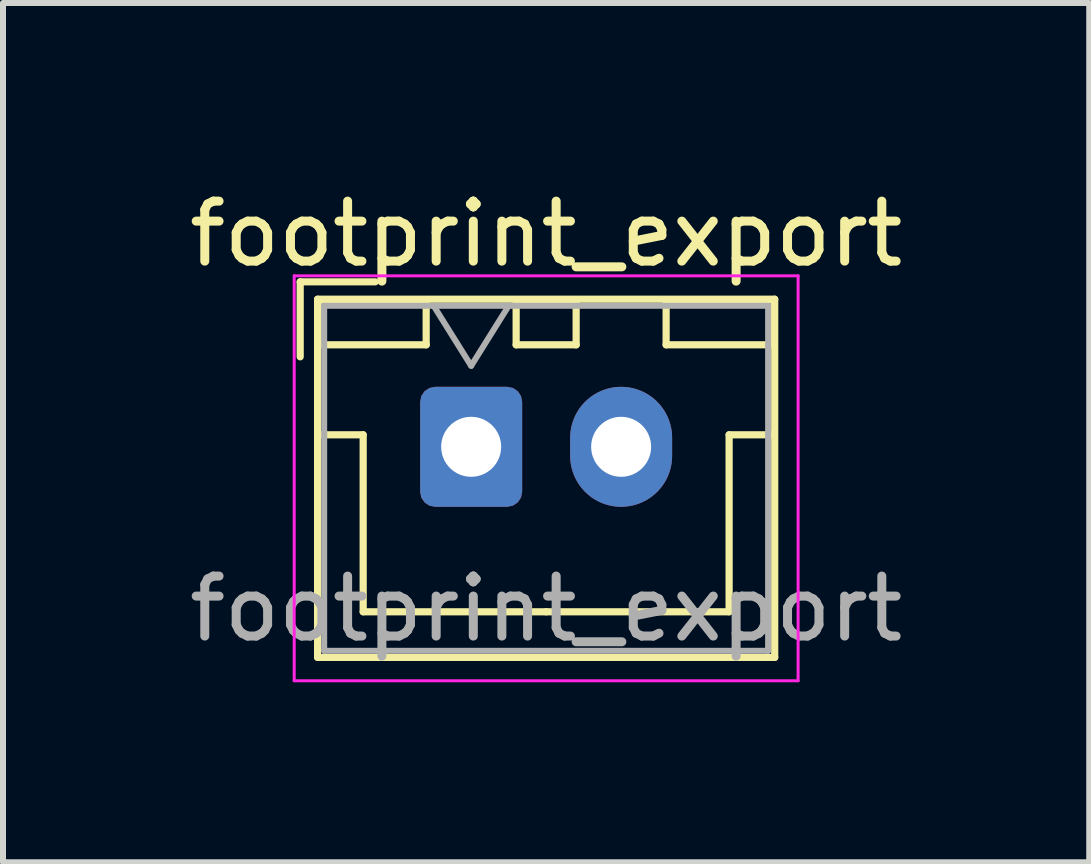
<source format=kicad_pcb>
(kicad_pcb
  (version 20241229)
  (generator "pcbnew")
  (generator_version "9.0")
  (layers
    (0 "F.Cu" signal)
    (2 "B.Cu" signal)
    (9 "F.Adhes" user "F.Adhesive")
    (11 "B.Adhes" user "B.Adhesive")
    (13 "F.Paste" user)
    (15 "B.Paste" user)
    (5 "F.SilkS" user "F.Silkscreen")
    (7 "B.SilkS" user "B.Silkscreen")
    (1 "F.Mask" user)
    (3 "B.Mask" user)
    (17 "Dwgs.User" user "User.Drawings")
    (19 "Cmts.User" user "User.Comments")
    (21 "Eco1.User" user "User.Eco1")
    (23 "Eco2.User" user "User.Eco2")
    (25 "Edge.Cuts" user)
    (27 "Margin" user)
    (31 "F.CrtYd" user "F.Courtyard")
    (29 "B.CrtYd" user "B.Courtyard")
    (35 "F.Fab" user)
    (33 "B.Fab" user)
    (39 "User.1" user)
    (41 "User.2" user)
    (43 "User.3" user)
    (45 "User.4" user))
  (footprint "footprint_export"
    (layer "F.Cu")
    (at 4.804 4.398)
    (property "Reference" "footprint_export" (at 1.25 -3.55 0) (layer "F.SilkS") (effects (font (size 1 1) (thickness 0.15))))
    (attr through_hole)
    (fp_line (start -2.85 -2.75) (end -2.85 -1.5) (stroke (width 0.12) (type solid)) (layer "F.SilkS"))
    (fp_line (start -2.56 -2.46) (end -2.56 3.51) (stroke (width 0.12) (type solid)) (layer "F.SilkS"))
    (fp_line (start -2.56 3.51) (end 5.06 3.51) (stroke (width 0.12) (type solid)) (layer "F.SilkS"))
    (fp_line (start -2.55 -2.45) (end -2.55 -1.7) (stroke (width 0.12) (type solid)) (layer "F.SilkS"))
    (fp_line (start -2.55 -1.7) (end -0.75 -1.7) (stroke (width 0.12) (type solid)) (layer "F.SilkS"))
    (fp_line (start -2.55 -0.2) (end -1.8 -0.2) (stroke (width 0.12) (type solid)) (layer "F.SilkS"))
    (fp_line (start -1.8 -0.2) (end -1.8 2.75) (stroke (width 0.12) (type solid)) (layer "F.SilkS"))
    (fp_line (start -1.8 2.75) (end 1.25 2.75) (stroke (width 0.12) (type solid)) (layer "F.SilkS"))
    (fp_line (start -1.6 -2.75) (end -2.85 -2.75) (stroke (width 0.12) (type solid)) (layer "F.SilkS"))
    (fp_line (start -0.75 -2.45) (end -2.55 -2.45) (stroke (width 0.12) (type solid)) (layer "F.SilkS"))
    (fp_line (start -0.75 -1.7) (end -0.75 -2.45) (stroke (width 0.12) (type solid)) (layer "F.SilkS"))
    (fp_line (start 0.75 -2.45) (end 0.75 -1.7) (stroke (width 0.12) (type solid)) (layer "F.SilkS"))
    (fp_line (start 0.75 -1.7) (end 1.75 -1.7) (stroke (width 0.12) (type solid)) (layer "F.SilkS"))
    (fp_line (start 1.75 -2.45) (end 0.75 -2.45) (stroke (width 0.12) (type solid)) (layer "F.SilkS"))
    (fp_line (start 1.75 -1.7) (end 1.75 -2.45) (stroke (width 0.12) (type solid)) (layer "F.SilkS"))
    (fp_line (start 3.25 -2.45) (end 3.25 -1.7) (stroke (width 0.12) (type solid)) (layer "F.SilkS"))
    (fp_line (start 3.25 -1.7) (end 5.05 -1.7) (stroke (width 0.12) (type solid)) (layer "F.SilkS"))
    (fp_line (start 4.3 -0.2) (end 4.3 2.75) (stroke (width 0.12) (type solid)) (layer "F.SilkS"))
    (fp_line (start 4.3 2.75) (end 1.25 2.75) (stroke (width 0.12) (type solid)) (layer "F.SilkS"))
    (fp_line (start 5.05 -2.45) (end 3.25 -2.45) (stroke (width 0.12) (type solid)) (layer "F.SilkS"))
    (fp_line (start 5.05 -1.7) (end 5.05 -2.45) (stroke (width 0.12) (type solid)) (layer "F.SilkS"))
    (fp_line (start 5.05 -0.2) (end 4.3 -0.2) (stroke (width 0.12) (type solid)) (layer "F.SilkS"))
    (fp_line (start 5.06 -2.46) (end -2.56 -2.46) (stroke (width 0.12) (type solid)) (layer "F.SilkS"))
    (fp_line (start 5.06 3.51) (end 5.06 -2.46) (stroke (width 0.12) (type solid)) (layer "F.SilkS"))
    (fp_line (start -2.95 -2.85) (end -2.95 3.9) (stroke (width 0.05) (type solid)) (layer "F.CrtYd"))
    (fp_line (start -2.95 3.9) (end 5.45 3.9) (stroke (width 0.05) (type solid)) (layer "F.CrtYd"))
    (fp_line (start 5.45 -2.85) (end -2.95 -2.85) (stroke (width 0.05) (type solid)) (layer "F.CrtYd"))
    (fp_line (start 5.45 3.9) (end 5.45 -2.85) (stroke (width 0.05) (type solid)) (layer "F.CrtYd"))
    (fp_line (start -2.45 -2.35) (end -2.45 3.4) (stroke (width 0.1) (type solid)) (layer "F.Fab"))
    (fp_line (start -2.45 3.4) (end 4.95 3.4) (stroke (width 0.1) (type solid)) (layer "F.Fab"))
    (fp_line (start -0.625 -2.35) (end 0 -1.35) (stroke (width 0.1) (type solid)) (layer "F.Fab"))
    (fp_line (start 0 -1.35) (end 0.625 -2.35) (stroke (width 0.1) (type solid)) (layer "F.Fab"))
    (fp_line (start 4.95 -2.35) (end -2.45 -2.35) (stroke (width 0.1) (type solid)) (layer "F.Fab"))
    (fp_line (start 4.95 3.4) (end 4.95 -2.35) (stroke (width 0.1) (type solid)) (layer "F.Fab"))
    (fp_text user "${REFERENCE}" (at 1.25 2.7 0) (layer "F.Fab") (effects (font (size 1 1) (thickness 0.15))))
    (pad "1" thru_hole roundrect (at 0 0) (size 1.7 2) (drill 1) (layers "*.Cu" "*.Mask") (roundrect_rratio 0.147))
    (pad "2" thru_hole oval (at 2.5 0) (size 1.7 2) (drill 1) (layers "*.Cu" "*.Mask")))
  (gr_rect
    (start -3 -3)
    (end 15.107 11.323)
    (stroke (width 0.1) (type default))
    (fill no)
    (layer "Edge.Cuts")))
</source>
